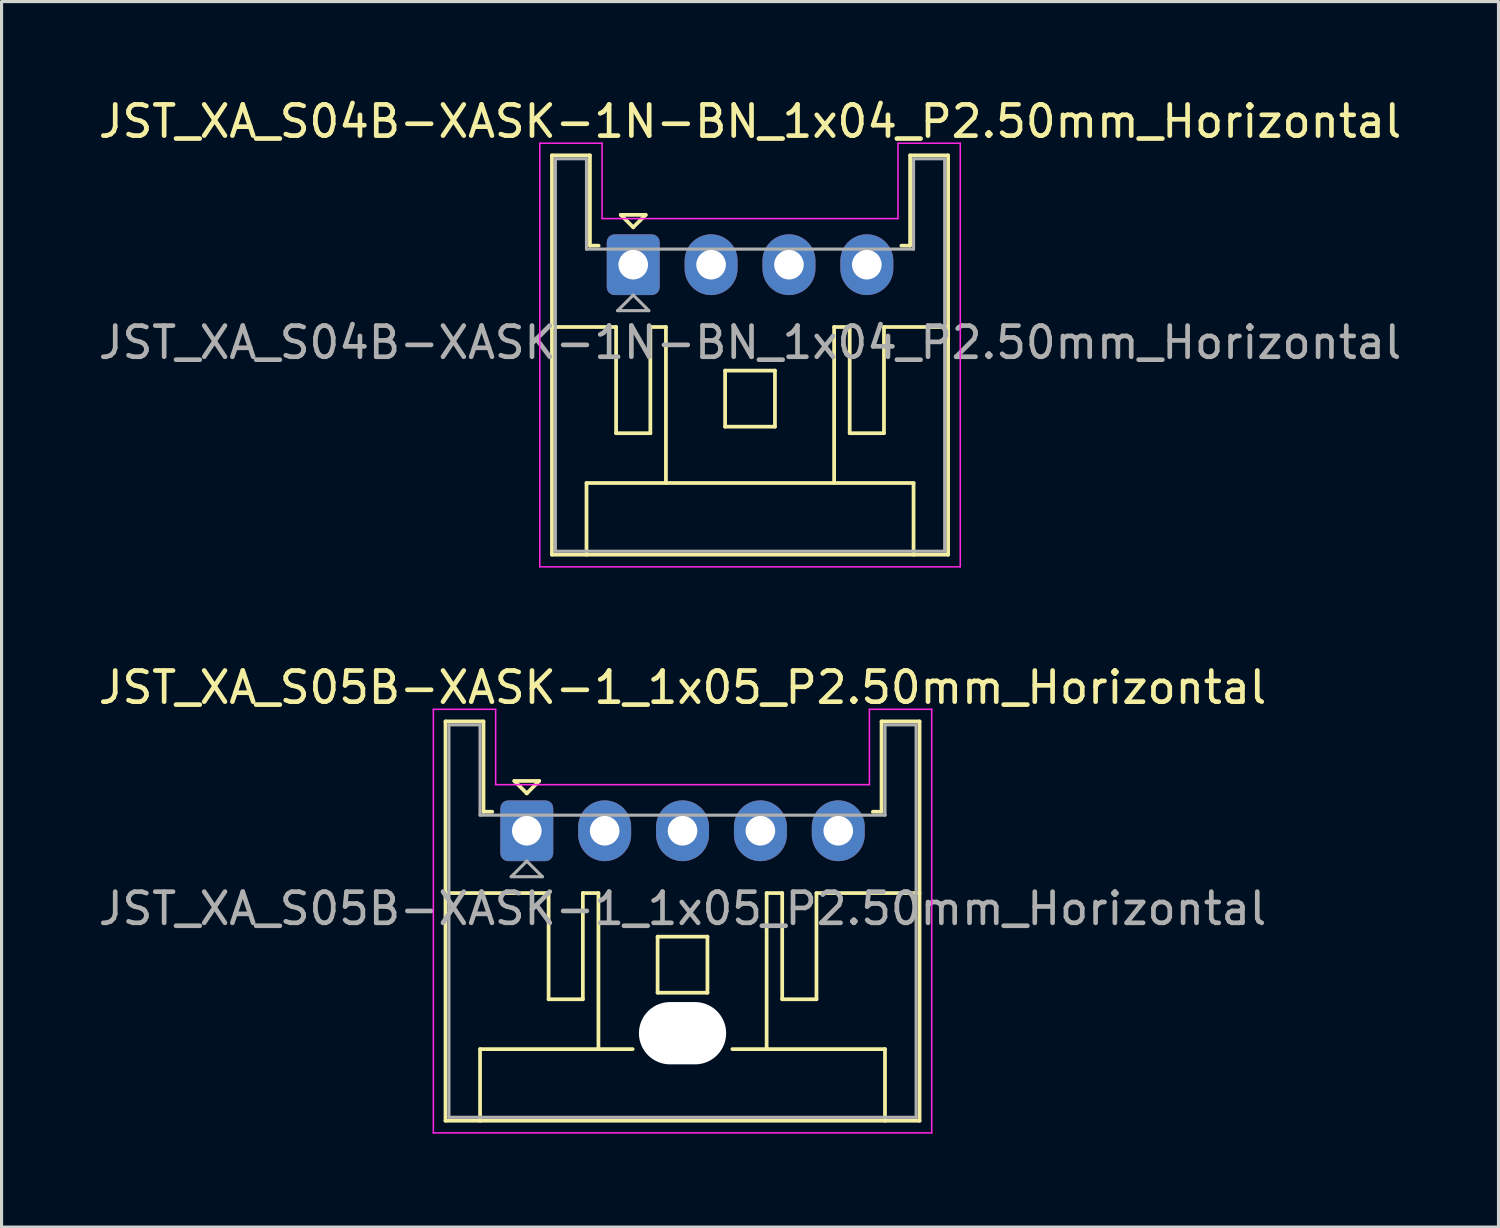
<source format=kicad_pcb>
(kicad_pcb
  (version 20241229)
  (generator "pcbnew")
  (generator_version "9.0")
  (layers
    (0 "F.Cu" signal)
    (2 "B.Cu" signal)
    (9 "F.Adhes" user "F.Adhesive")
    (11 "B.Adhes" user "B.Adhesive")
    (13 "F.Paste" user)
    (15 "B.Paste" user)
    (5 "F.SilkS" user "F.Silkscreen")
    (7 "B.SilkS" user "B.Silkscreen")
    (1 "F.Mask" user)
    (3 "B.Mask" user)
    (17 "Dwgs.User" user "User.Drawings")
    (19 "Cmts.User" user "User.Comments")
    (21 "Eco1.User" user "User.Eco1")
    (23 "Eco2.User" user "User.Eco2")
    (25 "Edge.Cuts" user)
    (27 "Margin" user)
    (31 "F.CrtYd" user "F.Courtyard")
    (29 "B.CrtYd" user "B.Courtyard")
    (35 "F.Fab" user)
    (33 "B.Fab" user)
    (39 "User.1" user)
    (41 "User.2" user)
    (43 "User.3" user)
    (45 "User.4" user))
  (footprint "JST_XA_S05B-XASK-1_1x05_P2.50mm_Horizontal"
    (layer "F.Cu")
    (at 13.863 23.622)
    (property "Reference" "JST_XA_S05B-XASK-1_1x05_P2.50mm_Horizontal" (at 5 -4.6 0) (layer "F.SilkS") (effects (font (size 1 1) (thickness 0.15))))
    (attr through_hole)
    (fp_line (start -2.61 -3.51) (end -2.61 9.31) (stroke (width 0.12) (type solid)) (layer "F.SilkS"))
    (fp_line (start -2.61 9.31) (end 12.61 9.31) (stroke (width 0.12) (type solid)) (layer "F.SilkS"))
    (fp_line (start -1.5 7.01) (end 3.4 7.01) (stroke (width 0.12) (type solid)) (layer "F.SilkS"))
    (fp_line (start -1.5 9.31) (end -1.5 7.01) (stroke (width 0.12) (type solid)) (layer "F.SilkS"))
    (fp_line (start -1.39 -3.51) (end -2.61 -3.51) (stroke (width 0.12) (type solid)) (layer "F.SilkS"))
    (fp_line (start -1.39 -0.61) (end -1.39 -3.51) (stroke (width 0.12) (type solid)) (layer "F.SilkS"))
    (fp_line (start -1.11 -0.61) (end -1.39 -0.61) (stroke (width 0.12) (type solid)) (layer "F.SilkS"))
    (fp_line (start -0.4 -1.6) (end 0.4 -1.6) (stroke (width 0.12) (type solid)) (layer "F.SilkS"))
    (fp_line (start 0 -1.2) (end -0.4 -1.6) (stroke (width 0.12) (type solid)) (layer "F.SilkS"))
    (fp_line (start 0.4 -1.6) (end 0 -1.2) (stroke (width 0.12) (type solid)) (layer "F.SilkS"))
    (fp_line (start 0.7 2) (end -2.61 2) (stroke (width 0.12) (type solid)) (layer "F.SilkS"))
    (fp_line (start 0.7 5.41) (end 0.7 2) (stroke (width 0.12) (type solid)) (layer "F.SilkS"))
    (fp_line (start 1.8 2) (end 1.8 5.41) (stroke (width 0.12) (type solid)) (layer "F.SilkS"))
    (fp_line (start 1.8 5.41) (end 0.7 5.41) (stroke (width 0.12) (type solid)) (layer "F.SilkS"))
    (fp_line (start 2.3 2) (end 1.8 2) (stroke (width 0.12) (type solid)) (layer "F.SilkS"))
    (fp_line (start 2.3 7.01) (end 2.3 2) (stroke (width 0.12) (type solid)) (layer "F.SilkS"))
    (fp_line (start 4.2 3.4) (end 5.8 3.4) (stroke (width 0.12) (type solid)) (layer "F.SilkS"))
    (fp_line (start 4.2 5.2) (end 4.2 3.4) (stroke (width 0.12) (type solid)) (layer "F.SilkS"))
    (fp_line (start 5.8 3.4) (end 5.8 5.2) (stroke (width 0.12) (type solid)) (layer "F.SilkS"))
    (fp_line (start 5.8 5.2) (end 4.2 5.2) (stroke (width 0.12) (type solid)) (layer "F.SilkS"))
    (fp_line (start 6.6 7.01) (end 11.5 7.01) (stroke (width 0.12) (type solid)) (layer "F.SilkS"))
    (fp_line (start 7.7 2) (end 8.2 2) (stroke (width 0.12) (type solid)) (layer "F.SilkS"))
    (fp_line (start 7.7 7.01) (end 7.7 2) (stroke (width 0.12) (type solid)) (layer "F.SilkS"))
    (fp_line (start 8.2 2) (end 8.2 5.41) (stroke (width 0.12) (type solid)) (layer "F.SilkS"))
    (fp_line (start 8.2 5.41) (end 9.3 5.41) (stroke (width 0.12) (type solid)) (layer "F.SilkS"))
    (fp_line (start 9.3 2) (end 12.61 2) (stroke (width 0.12) (type solid)) (layer "F.SilkS"))
    (fp_line (start 9.3 5.41) (end 9.3 2) (stroke (width 0.12) (type solid)) (layer "F.SilkS"))
    (fp_line (start 11.39 -3.51) (end 11.39 -0.61) (stroke (width 0.12) (type solid)) (layer "F.SilkS"))
    (fp_line (start 11.39 -0.61) (end 11.11 -0.61) (stroke (width 0.12) (type solid)) (layer "F.SilkS"))
    (fp_line (start 11.5 7.01) (end 11.5 9.31) (stroke (width 0.12) (type solid)) (layer "F.SilkS"))
    (fp_line (start 12.61 -3.51) (end 11.39 -3.51) (stroke (width 0.12) (type solid)) (layer "F.SilkS"))
    (fp_line (start 12.61 9.31) (end 12.61 -3.51) (stroke (width 0.12) (type solid)) (layer "F.SilkS"))
    (fp_line (start -3 -3.9) (end -3 9.7) (stroke (width 0.05) (type solid)) (layer "F.CrtYd"))
    (fp_line (start -3 9.7) (end 13 9.7) (stroke (width 0.05) (type solid)) (layer "F.CrtYd"))
    (fp_line (start -1 -3.9) (end -3 -3.9) (stroke (width 0.05) (type solid)) (layer "F.CrtYd"))
    (fp_line (start -1 -1.48) (end -1 -3.9) (stroke (width 0.05) (type solid)) (layer "F.CrtYd"))
    (fp_line (start 11 -3.9) (end 11 -1.48) (stroke (width 0.05) (type solid)) (layer "F.CrtYd"))
    (fp_line (start 11 -1.48) (end -1 -1.48) (stroke (width 0.05) (type solid)) (layer "F.CrtYd"))
    (fp_line (start 13 -3.9) (end 11 -3.9) (stroke (width 0.05) (type solid)) (layer "F.CrtYd"))
    (fp_line (start 13 9.7) (end 13 -3.9) (stroke (width 0.05) (type solid)) (layer "F.CrtYd"))
    (fp_line (start -2.5 -3.4) (end -2.5 9.2) (stroke (width 0.1) (type solid)) (layer "F.Fab"))
    (fp_line (start -2.5 9.2) (end 12.5 9.2) (stroke (width 0.1) (type solid)) (layer "F.Fab"))
    (fp_line (start -1.5 -3.4) (end -2.5 -3.4) (stroke (width 0.1) (type solid)) (layer "F.Fab"))
    (fp_line (start -1.5 -0.5) (end -1.5 -3.4) (stroke (width 0.1) (type solid)) (layer "F.Fab"))
    (fp_line (start -0.5 1.475) (end 0.5 1.475) (stroke (width 0.1) (type solid)) (layer "F.Fab"))
    (fp_line (start 0 0.975) (end -0.5 1.475) (stroke (width 0.1) (type solid)) (layer "F.Fab"))
    (fp_line (start 0.5 1.475) (end 0 0.975) (stroke (width 0.1) (type solid)) (layer "F.Fab"))
    (fp_line (start 11.5 -3.4) (end 11.5 -0.5) (stroke (width 0.1) (type solid)) (layer "F.Fab"))
    (fp_line (start 11.5 -0.5) (end -1.5 -0.5) (stroke (width 0.1) (type solid)) (layer "F.Fab"))
    (fp_line (start 12.5 -3.4) (end 11.5 -3.4) (stroke (width 0.1) (type solid)) (layer "F.Fab"))
    (fp_line (start 12.5 9.2) (end 12.5 -3.4) (stroke (width 0.1) (type solid)) (layer "F.Fab"))
    (fp_text user "${REFERENCE}" (at 5 2.5 0) (layer "F.Fab") (effects (font (size 1 1) (thickness 0.15))))
    (pad "" np_thru_hole oval (at 5 6.5) (size 2.8 2) (drill oval 2.8 2) (layers "*.Cu" "*.Mask"))
    (pad "1" thru_hole roundrect (at 0 0) (size 1.7 1.95) (drill 0.95) (layers "*.Cu" "*.Mask") (roundrect_rratio 0.147))
    (pad "2" thru_hole oval (at 2.5 0) (size 1.7 1.95) (drill 0.95) (layers "*.Cu" "*.Mask"))
    (pad "3" thru_hole oval (at 5 0) (size 1.7 1.95) (drill 0.95) (layers "*.Cu" "*.Mask"))
    (pad "4" thru_hole oval (at 7.5 0) (size 1.7 1.95) (drill 0.95) (layers "*.Cu" "*.Mask"))
    (pad "5" thru_hole oval (at 10 0) (size 1.7 1.95) (drill 0.95) (layers "*.Cu" "*.Mask")))
  (footprint "JST_XA_S04B-XASK-1N-BN_1x04_P2.50mm_Horizontal"
    (layer "F.Cu")
    (at 17.28 5.448)
    (property "Reference" "JST_XA_S04B-XASK-1N-BN_1x04_P2.50mm_Horizontal" (at 3.75 -4.6 0) (layer "F.SilkS") (effects (font (size 1 1) (thickness 0.15))))
    (attr through_hole)
    (fp_line (start -2.61 -3.51) (end -2.61 9.31) (stroke (width 0.12) (type solid)) (layer "F.SilkS"))
    (fp_line (start -2.61 9.31) (end 10.11 9.31) (stroke (width 0.12) (type solid)) (layer "F.SilkS"))
    (fp_line (start -1.5 7.01) (end 9 7.01) (stroke (width 0.12) (type solid)) (layer "F.SilkS"))
    (fp_line (start -1.5 9.31) (end -1.5 7.01) (stroke (width 0.12) (type solid)) (layer "F.SilkS"))
    (fp_line (start -1.39 -3.51) (end -2.61 -3.51) (stroke (width 0.12) (type solid)) (layer "F.SilkS"))
    (fp_line (start -1.39 -0.61) (end -1.39 -3.51) (stroke (width 0.12) (type solid)) (layer "F.SilkS"))
    (fp_line (start -1.11 -0.61) (end -1.39 -0.61) (stroke (width 0.12) (type solid)) (layer "F.SilkS"))
    (fp_line (start -0.55 2) (end -2.61 2) (stroke (width 0.12) (type solid)) (layer "F.SilkS"))
    (fp_line (start -0.55 5.41) (end -0.55 2) (stroke (width 0.12) (type solid)) (layer "F.SilkS"))
    (fp_line (start -0.4 -1.6) (end 0.4 -1.6) (stroke (width 0.12) (type solid)) (layer "F.SilkS"))
    (fp_line (start 0 -1.2) (end -0.4 -1.6) (stroke (width 0.12) (type solid)) (layer "F.SilkS"))
    (fp_line (start 0.4 -1.6) (end 0 -1.2) (stroke (width 0.12) (type solid)) (layer "F.SilkS"))
    (fp_line (start 0.55 2) (end 0.55 5.41) (stroke (width 0.12) (type solid)) (layer "F.SilkS"))
    (fp_line (start 0.55 5.41) (end -0.55 5.41) (stroke (width 0.12) (type solid)) (layer "F.SilkS"))
    (fp_line (start 1.05 2) (end 0.55 2) (stroke (width 0.12) (type solid)) (layer "F.SilkS"))
    (fp_line (start 1.05 7.01) (end 1.05 2) (stroke (width 0.12) (type solid)) (layer "F.SilkS"))
    (fp_line (start 2.95 3.4) (end 4.55 3.4) (stroke (width 0.12) (type solid)) (layer "F.SilkS"))
    (fp_line (start 2.95 5.2) (end 2.95 3.4) (stroke (width 0.12) (type solid)) (layer "F.SilkS"))
    (fp_line (start 4.55 3.4) (end 4.55 5.2) (stroke (width 0.12) (type solid)) (layer "F.SilkS"))
    (fp_line (start 4.55 5.2) (end 2.95 5.2) (stroke (width 0.12) (type solid)) (layer "F.SilkS"))
    (fp_line (start 6.45 2) (end 6.95 2) (stroke (width 0.12) (type solid)) (layer "F.SilkS"))
    (fp_line (start 6.45 7.01) (end 6.45 2) (stroke (width 0.12) (type solid)) (layer "F.SilkS"))
    (fp_line (start 6.95 2) (end 6.95 5.41) (stroke (width 0.12) (type solid)) (layer "F.SilkS"))
    (fp_line (start 6.95 5.41) (end 8.05 5.41) (stroke (width 0.12) (type solid)) (layer "F.SilkS"))
    (fp_line (start 8.05 2) (end 10.11 2) (stroke (width 0.12) (type solid)) (layer "F.SilkS"))
    (fp_line (start 8.05 5.41) (end 8.05 2) (stroke (width 0.12) (type solid)) (layer "F.SilkS"))
    (fp_line (start 8.89 -3.51) (end 8.89 -0.61) (stroke (width 0.12) (type solid)) (layer "F.SilkS"))
    (fp_line (start 8.89 -0.61) (end 8.61 -0.61) (stroke (width 0.12) (type solid)) (layer "F.SilkS"))
    (fp_line (start 9 7.01) (end 9 9.31) (stroke (width 0.12) (type solid)) (layer "F.SilkS"))
    (fp_line (start 10.11 -3.51) (end 8.89 -3.51) (stroke (width 0.12) (type solid)) (layer "F.SilkS"))
    (fp_line (start 10.11 9.31) (end 10.11 -3.51) (stroke (width 0.12) (type solid)) (layer "F.SilkS"))
    (fp_line (start -3 -3.9) (end -3 9.7) (stroke (width 0.05) (type solid)) (layer "F.CrtYd"))
    (fp_line (start -3 9.7) (end 10.5 9.7) (stroke (width 0.05) (type solid)) (layer "F.CrtYd"))
    (fp_line (start -1 -3.9) (end -3 -3.9) (stroke (width 0.05) (type solid)) (layer "F.CrtYd"))
    (fp_line (start -1 -1.48) (end -1 -3.9) (stroke (width 0.05) (type solid)) (layer "F.CrtYd"))
    (fp_line (start 8.5 -3.9) (end 8.5 -1.48) (stroke (width 0.05) (type solid)) (layer "F.CrtYd"))
    (fp_line (start 8.5 -1.48) (end -1 -1.48) (stroke (width 0.05) (type solid)) (layer "F.CrtYd"))
    (fp_line (start 10.5 -3.9) (end 8.5 -3.9) (stroke (width 0.05) (type solid)) (layer "F.CrtYd"))
    (fp_line (start 10.5 9.7) (end 10.5 -3.9) (stroke (width 0.05) (type solid)) (layer "F.CrtYd"))
    (fp_line (start -2.5 -3.4) (end -2.5 9.2) (stroke (width 0.1) (type solid)) (layer "F.Fab"))
    (fp_line (start -2.5 9.2) (end 10 9.2) (stroke (width 0.1) (type solid)) (layer "F.Fab"))
    (fp_line (start -1.5 -3.4) (end -2.5 -3.4) (stroke (width 0.1) (type solid)) (layer "F.Fab"))
    (fp_line (start -1.5 -0.5) (end -1.5 -3.4) (stroke (width 0.1) (type solid)) (layer "F.Fab"))
    (fp_line (start -0.5 1.475) (end 0.5 1.475) (stroke (width 0.1) (type solid)) (layer "F.Fab"))
    (fp_line (start 0 0.975) (end -0.5 1.475) (stroke (width 0.1) (type solid)) (layer "F.Fab"))
    (fp_line (start 0.5 1.475) (end 0 0.975) (stroke (width 0.1) (type solid)) (layer "F.Fab"))
    (fp_line (start 9 -3.4) (end 9 -0.5) (stroke (width 0.1) (type solid)) (layer "F.Fab"))
    (fp_line (start 9 -0.5) (end -1.5 -0.5) (stroke (width 0.1) (type solid)) (layer "F.Fab"))
    (fp_line (start 10 -3.4) (end 9 -3.4) (stroke (width 0.1) (type solid)) (layer "F.Fab"))
    (fp_line (start 10 9.2) (end 10 -3.4) (stroke (width 0.1) (type solid)) (layer "F.Fab"))
    (fp_text user "${REFERENCE}" (at 3.75 2.5 0) (layer "F.Fab") (effects (font (size 1 1) (thickness 0.15))))
    (pad "1" thru_hole roundrect (at 0 0) (size 1.7 1.95) (drill 0.95) (layers "*.Cu" "*.Mask") (roundrect_rratio 0.147))
    (pad "2" thru_hole oval (at 2.5 0) (size 1.7 1.95) (drill 0.95) (layers "*.Cu" "*.Mask"))
    (pad "3" thru_hole oval (at 5 0) (size 1.7 1.95) (drill 0.95) (layers "*.Cu" "*.Mask"))
    (pad "4" thru_hole oval (at 7.5 0) (size 1.7 1.95) (drill 0.95) (layers "*.Cu" "*.Mask")))
  (gr_rect
    (start -3 -3)
    (end 45.06 36.346)
    (stroke (width 0.1) (type default))
    (fill no)
    (layer "Edge.Cuts")))
</source>
